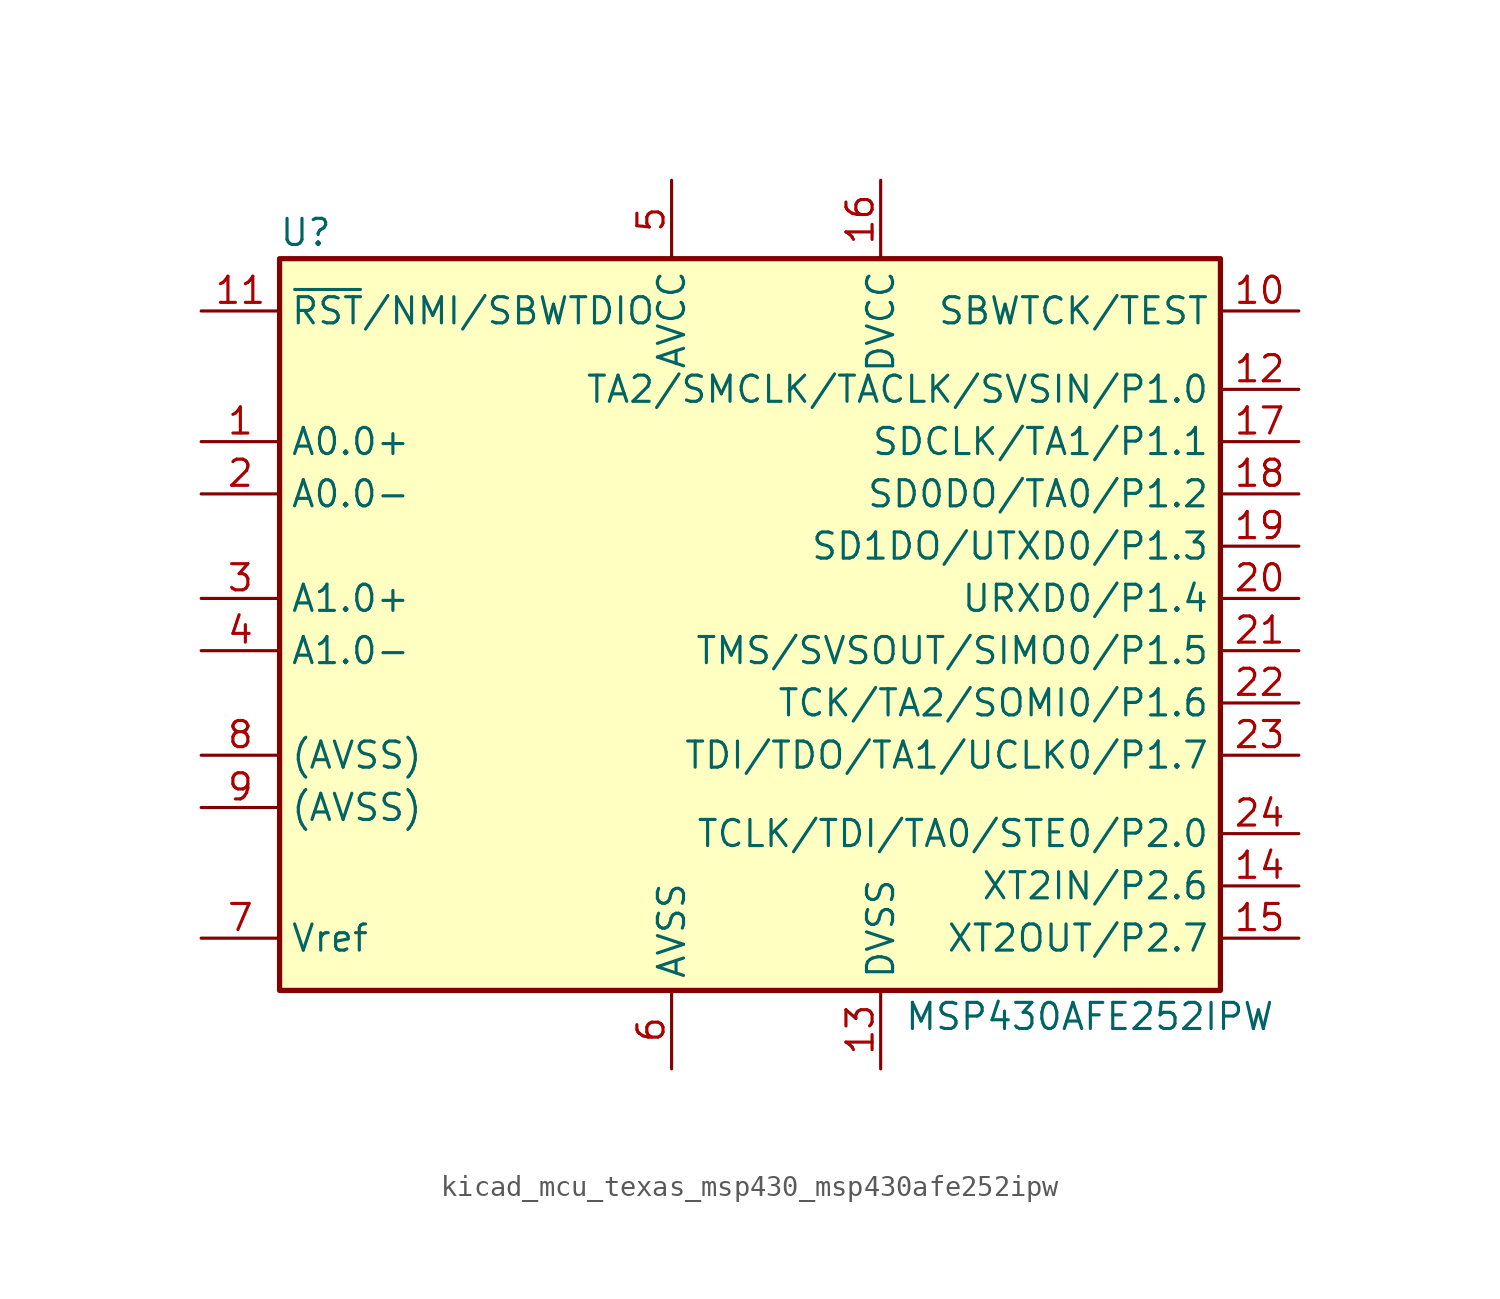
<source format=kicad_sym>
(kicad_symbol_lib
  (version 20220914)
  (generator kicad_symbol_editor)
  (symbol "kicad_mcu_texas_msp430_msp430afe252ipw"
    (property "Reference" "U"
      (at -22.86 19.05 0)
      (effects (font (size 1.27 1.27))))
    (property "Value" "MSP430AFE252IPW"
      (at 15.24 -19.05 0)
      (effects (font (size 1.27 1.27))))
    (symbol "kicad_mcu_texas_msp430_msp430afe252ipw_0_1"
      (rectangle (start -24.13 17.78) (end 21.59 -17.78) (stroke (width 0.254) (type default)) (fill (type background))))
    (symbol "kicad_mcu_texas_msp430_msp430afe252ipw_1_1"
      (pin passive line (at -27.94 8.89 0) (length 3.81) (name "A0.0+" (effects (font (size 1.27 1.27)))) (number "1" (effects (font (size 1.27 1.27)))))
      (pin input line (at 25.4 15.24 180) (length 3.81) (name "SBWTCK/TEST" (effects (font (size 1.27 1.27)))) (number "10" (effects (font (size 1.27 1.27)))))
      (pin input line (at -27.94 15.24 0) (length 3.81) (name "~{RST}/NMI/SBWTDIO" (effects (font (size 1.27 1.27)))) (number "11" (effects (font (size 1.27 1.27)))))
      (pin bidirectional line (at 25.4 11.43 180) (length 3.81) (name "TA2/SMCLK/TACLK/SVSIN/P1.0" (effects (font (size 1.27 1.27)))) (number "12" (effects (font (size 1.27 1.27)))))
      (pin power_in line (at 5.08 -21.59 90) (length 3.81) (name "DVSS" (effects (font (size 1.27 1.27)))) (number "13" (effects (font (size 1.27 1.27)))))
      (pin bidirectional line (at 25.4 -12.7 180) (length 3.81) (name "XT2IN/P2.6" (effects (font (size 1.27 1.27)))) (number "14" (effects (font (size 1.27 1.27)))))
      (pin bidirectional line (at 25.4 -15.24 180) (length 3.81) (name "XT2OUT/P2.7" (effects (font (size 1.27 1.27)))) (number "15" (effects (font (size 1.27 1.27)))))
      (pin power_in line (at 5.08 21.59 270) (length 3.81) (name "DVCC" (effects (font (size 1.27 1.27)))) (number "16" (effects (font (size 1.27 1.27)))))
      (pin bidirectional line (at 25.4 8.89 180) (length 3.81) (name "SDCLK/TA1/P1.1" (effects (font (size 1.27 1.27)))) (number "17" (effects (font (size 1.27 1.27)))))
      (pin bidirectional line (at 25.4 6.35 180) (length 3.81) (name "SD0DO/TA0/P1.2" (effects (font (size 1.27 1.27)))) (number "18" (effects (font (size 1.27 1.27)))))
      (pin bidirectional line (at 25.4 3.81 180) (length 3.81) (name "SD1DO/UTXD0/P1.3" (effects (font (size 1.27 1.27)))) (number "19" (effects (font (size 1.27 1.27)))))
      (pin passive line (at -27.94 6.35 0) (length 3.81) (name "A0.0-" (effects (font (size 1.27 1.27)))) (number "2" (effects (font (size 1.27 1.27)))))
      (pin bidirectional line (at 25.4 1.27 180) (length 3.81) (name "URXD0/P1.4" (effects (font (size 1.27 1.27)))) (number "20" (effects (font (size 1.27 1.27)))))
      (pin bidirectional line (at 25.4 -1.27 180) (length 3.81) (name "TMS/SVSOUT/SIMO0/P1.5" (effects (font (size 1.27 1.27)))) (number "21" (effects (font (size 1.27 1.27)))))
      (pin bidirectional line (at 25.4 -3.81 180) (length 3.81) (name "TCK/TA2/SOMI0/P1.6" (effects (font (size 1.27 1.27)))) (number "22" (effects (font (size 1.27 1.27)))))
      (pin bidirectional line (at 25.4 -6.35 180) (length 3.81) (name "TDI/TDO/TA1/UCLK0/P1.7" (effects (font (size 1.27 1.27)))) (number "23" (effects (font (size 1.27 1.27)))))
      (pin bidirectional line (at 25.4 -10.16 180) (length 3.81) (name "TCLK/TDI/TA0/STE0/P2.0" (effects (font (size 1.27 1.27)))) (number "24" (effects (font (size 1.27 1.27)))))
      (pin passive line (at -27.94 1.27 0) (length 3.81) (name "A1.0+" (effects (font (size 1.27 1.27)))) (number "3" (effects (font (size 1.27 1.27)))))
      (pin passive line (at -27.94 -1.27 0) (length 3.81) (name "A1.0-" (effects (font (size 1.27 1.27)))) (number "4" (effects (font (size 1.27 1.27)))))
      (pin power_in line (at -5.08 21.59 270) (length 3.81) (name "AVCC" (effects (font (size 1.27 1.27)))) (number "5" (effects (font (size 1.27 1.27)))))
      (pin power_in line (at -5.08 -21.59 90) (length 3.81) (name "AVSS" (effects (font (size 1.27 1.27)))) (number "6" (effects (font (size 1.27 1.27)))))
      (pin passive line (at -27.94 -15.24 0) (length 3.81) (name "Vref" (effects (font (size 1.27 1.27)))) (number "7" (effects (font (size 1.27 1.27)))))
      (pin passive line (at -27.94 -6.35 0) (length 3.81) (name "(AVSS)" (effects (font (size 1.27 1.27)))) (number "8" (effects (font (size 1.27 1.27)))))
      (pin passive line (at -27.94 -8.89 0) (length 3.81) (name "(AVSS)" (effects (font (size 1.27 1.27)))) (number "9" (effects (font (size 1.27 1.27))))))))
</source>
